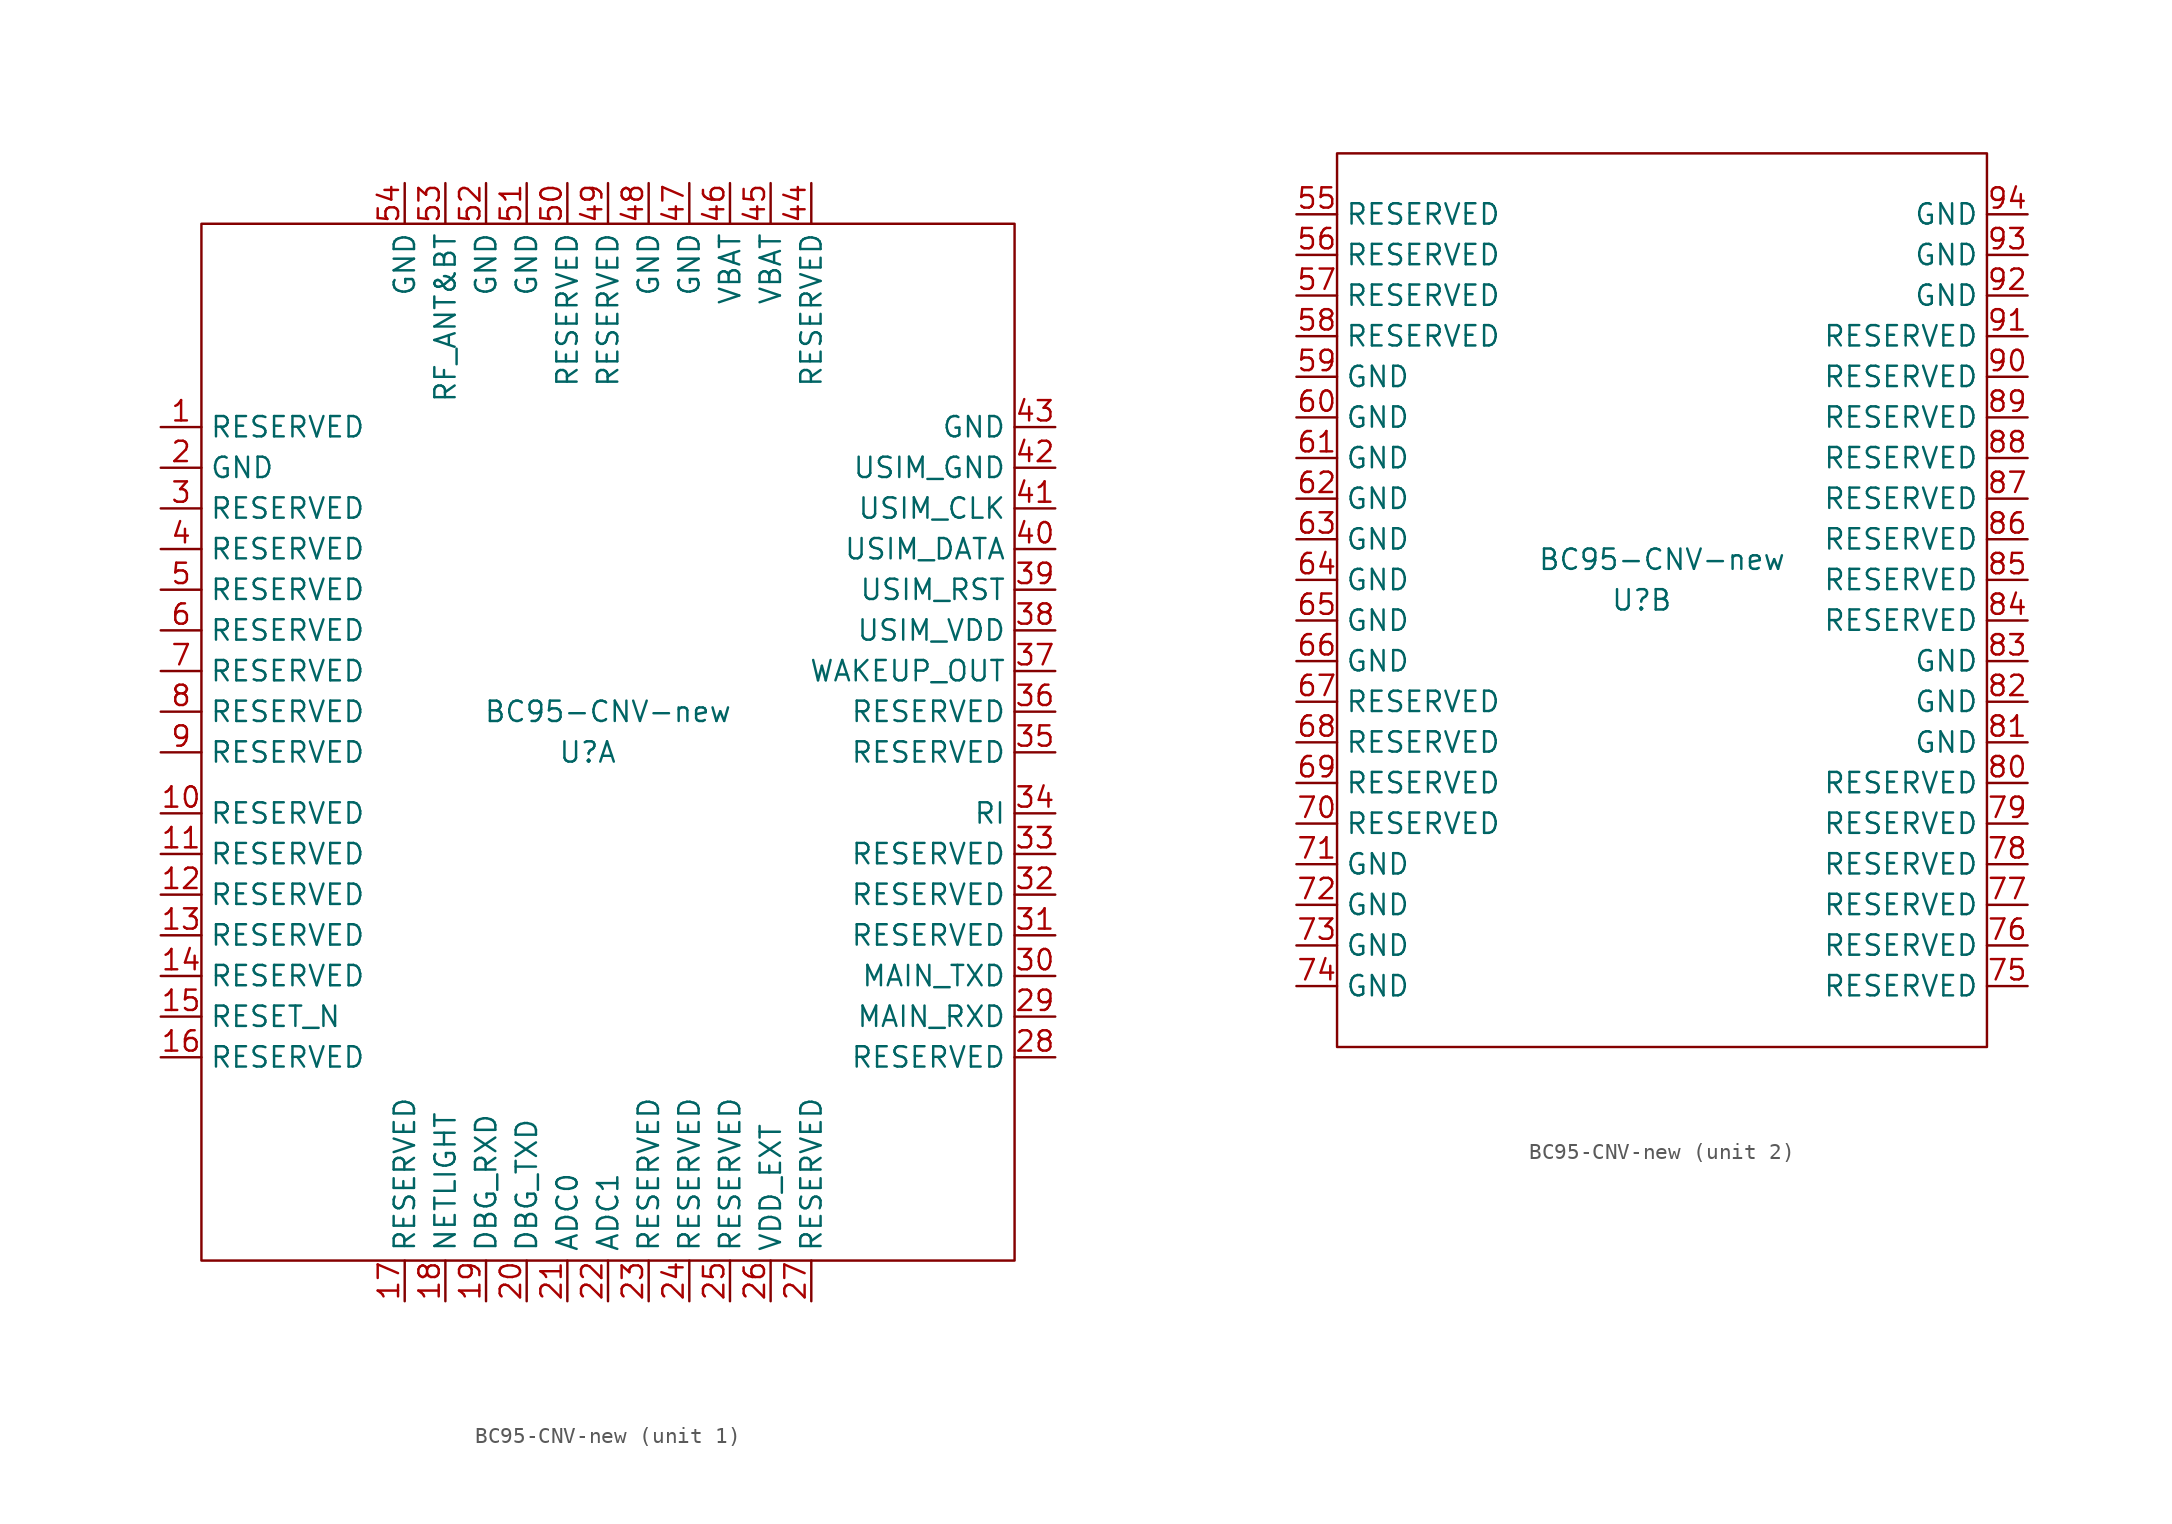
<source format=kicad_sym>
(kicad_symbol_lib
  (version 20211014)
  (generator kicad_symbol_editor)
  (symbol "BC95-CNV-new"
    (property "Reference" "U"
      (at -1.27 0 0)
      (effects (font (size 1.27 1.27))))
    (property "Value" "BC95-CNV-new"
      (at 0 2.54 0)
      (effects (font (size 1.27 1.27))))
    (property "ki_locked" ""
      (at 0 0 0)
      (effects (font (size 1.27 1.27))))
    (symbol "BC95-CNV-new_1_1"
      (rectangle (start -25.4 33.02) (end 25.4 -31.75) (stroke (width 0) (type default) (color 0 0 0 0)) (fill (type none)))
      (pin passive line (at -27.94 20.32 0) (length 2.54) (name "RESERVED" (effects (font (size 1.27 1.27)))) (number "1" (effects (font (size 1.27 1.27)))))
      (pin passive line (at -27.94 -3.81 0) (length 2.54) (name "RESERVED" (effects (font (size 1.27 1.27)))) (number "10" (effects (font (size 1.27 1.27)))))
      (pin passive line (at -27.94 -6.35 0) (length 2.54) (name "RESERVED" (effects (font (size 1.27 1.27)))) (number "11" (effects (font (size 1.27 1.27)))))
      (pin passive line (at -27.94 -8.89 0) (length 2.54) (name "RESERVED" (effects (font (size 1.27 1.27)))) (number "12" (effects (font (size 1.27 1.27)))))
      (pin passive line (at -27.94 -11.43 0) (length 2.54) (name "RESERVED" (effects (font (size 1.27 1.27)))) (number "13" (effects (font (size 1.27 1.27)))))
      (pin passive line (at -27.94 -13.97 0) (length 2.54) (name "RESERVED" (effects (font (size 1.27 1.27)))) (number "14" (effects (font (size 1.27 1.27)))))
      (pin input line (at -27.94 -16.51 0) (length 2.54) (name "RESET_N" (effects (font (size 1.27 1.27)))) (number "15" (effects (font (size 1.27 1.27)))))
      (pin passive line (at -27.94 -19.05 0) (length 2.54) (name "RESERVED" (effects (font (size 1.27 1.27)))) (number "16" (effects (font (size 1.27 1.27)))))
      (pin passive line (at -12.7 -34.29 90) (length 2.54) (name "RESERVED" (effects (font (size 1.27 1.27)))) (number "17" (effects (font (size 1.27 1.27)))))
      (pin output line (at -10.16 -34.29 90) (length 2.54) (name "NETLIGHT" (effects (font (size 1.27 1.27)))) (number "18" (effects (font (size 1.27 1.27)))))
      (pin input line (at -7.62 -34.29 90) (length 2.54) (name "DBG_RXD" (effects (font (size 1.27 1.27)))) (number "19" (effects (font (size 1.27 1.27)))))
      (pin power_in line (at -27.94 17.78 0) (length 2.54) (name "GND" (effects (font (size 1.27 1.27)))) (number "2" (effects (font (size 1.27 1.27)))))
      (pin output line (at -5.08 -34.29 90) (length 2.54) (name "DBG_TXD" (effects (font (size 1.27 1.27)))) (number "20" (effects (font (size 1.27 1.27)))))
      (pin input line (at -2.54 -34.29 90) (length 2.54) (name "ADC0" (effects (font (size 1.27 1.27)))) (number "21" (effects (font (size 1.27 1.27)))))
      (pin input line (at 0 -34.29 90) (length 2.54) (name "ADC1" (effects (font (size 1.27 1.27)))) (number "22" (effects (font (size 1.27 1.27)))))
      (pin passive line (at 2.54 -34.29 90) (length 2.54) (name "RESERVED" (effects (font (size 1.27 1.27)))) (number "23" (effects (font (size 1.27 1.27)))))
      (pin passive line (at 5.08 -34.29 90) (length 2.54) (name "RESERVED" (effects (font (size 1.27 1.27)))) (number "24" (effects (font (size 1.27 1.27)))))
      (pin passive line (at 7.62 -34.29 90) (length 2.54) (name "RESERVED" (effects (font (size 1.27 1.27)))) (number "25" (effects (font (size 1.27 1.27)))))
      (pin power_out line (at 10.16 -34.29 90) (length 2.54) (name "VDD_EXT" (effects (font (size 1.27 1.27)))) (number "26" (effects (font (size 1.27 1.27)))))
      (pin passive line (at 12.7 -34.29 90) (length 2.54) (name "RESERVED" (effects (font (size 1.27 1.27)))) (number "27" (effects (font (size 1.27 1.27)))))
      (pin passive line (at 27.94 -19.05 180) (length 2.54) (name "RESERVED" (effects (font (size 1.27 1.27)))) (number "28" (effects (font (size 1.27 1.27)))))
      (pin input line (at 27.94 -16.51 180) (length 2.54) (name "MAIN_RXD" (effects (font (size 1.27 1.27)))) (number "29" (effects (font (size 1.27 1.27)))))
      (pin passive line (at -27.94 15.24 0) (length 2.54) (name "RESERVED" (effects (font (size 1.27 1.27)))) (number "3" (effects (font (size 1.27 1.27)))))
      (pin output line (at 27.94 -13.97 180) (length 2.54) (name "MAIN_TXD" (effects (font (size 1.27 1.27)))) (number "30" (effects (font (size 1.27 1.27)))))
      (pin passive line (at 27.94 -11.43 180) (length 2.54) (name "RESERVED" (effects (font (size 1.27 1.27)))) (number "31" (effects (font (size 1.27 1.27)))))
      (pin passive line (at 27.94 -8.89 180) (length 2.54) (name "RESERVED" (effects (font (size 1.27 1.27)))) (number "32" (effects (font (size 1.27 1.27)))))
      (pin passive line (at 27.94 -6.35 180) (length 2.54) (name "RESERVED" (effects (font (size 1.27 1.27)))) (number "33" (effects (font (size 1.27 1.27)))))
      (pin output line (at 27.94 -3.81 180) (length 2.54) (name "RI" (effects (font (size 1.27 1.27)))) (number "34" (effects (font (size 1.27 1.27)))))
      (pin passive line (at 27.94 0 180) (length 2.54) (name "RESERVED" (effects (font (size 1.27 1.27)))) (number "35" (effects (font (size 1.27 1.27)))))
      (pin passive line (at 27.94 2.54 180) (length 2.54) (name "RESERVED" (effects (font (size 1.27 1.27)))) (number "36" (effects (font (size 1.27 1.27)))))
      (pin output line (at 27.94 5.08 180) (length 2.54) (name "WAKEUP_OUT" (effects (font (size 1.27 1.27)))) (number "37" (effects (font (size 1.27 1.27)))))
      (pin power_out line (at 27.94 7.62 180) (length 2.54) (name "USIM_VDD" (effects (font (size 1.27 1.27)))) (number "38" (effects (font (size 1.27 1.27)))))
      (pin output line (at 27.94 10.16 180) (length 2.54) (name "USIM_RST" (effects (font (size 1.27 1.27)))) (number "39" (effects (font (size 1.27 1.27)))))
      (pin passive line (at -27.94 12.7 0) (length 2.54) (name "RESERVED" (effects (font (size 1.27 1.27)))) (number "4" (effects (font (size 1.27 1.27)))))
      (pin bidirectional line (at 27.94 12.7 180) (length 2.54) (name "USIM_DATA" (effects (font (size 1.27 1.27)))) (number "40" (effects (font (size 1.27 1.27)))))
      (pin output line (at 27.94 15.24 180) (length 2.54) (name "USIM_CLK" (effects (font (size 1.27 1.27)))) (number "41" (effects (font (size 1.27 1.27)))))
      (pin output line (at 27.94 17.78 180) (length 2.54) (name "USIM_GND" (effects (font (size 1.27 1.27)))) (number "42" (effects (font (size 1.27 1.27)))))
      (pin power_in line (at 27.94 20.32 180) (length 2.54) (name "GND" (effects (font (size 1.27 1.27)))) (number "43" (effects (font (size 1.27 1.27)))))
      (pin passive line (at 12.7 35.56 270) (length 2.54) (name "RESERVED" (effects (font (size 1.27 1.27)))) (number "44" (effects (font (size 1.27 1.27)))))
      (pin power_in line (at 10.16 35.56 270) (length 2.54) (name "VBAT" (effects (font (size 1.27 1.27)))) (number "45" (effects (font (size 1.27 1.27)))))
      (pin power_in line (at 7.62 35.56 270) (length 2.54) (name "VBAT" (effects (font (size 1.27 1.27)))) (number "46" (effects (font (size 1.27 1.27)))))
      (pin power_in line (at 5.08 35.56 270) (length 2.54) (name "GND" (effects (font (size 1.27 1.27)))) (number "47" (effects (font (size 1.27 1.27)))))
      (pin power_in line (at 2.54 35.56 270) (length 2.54) (name "GND" (effects (font (size 1.27 1.27)))) (number "48" (effects (font (size 1.27 1.27)))))
      (pin passive line (at 0 35.56 270) (length 2.54) (name "RESERVED" (effects (font (size 1.27 1.27)))) (number "49" (effects (font (size 1.27 1.27)))))
      (pin passive line (at -27.94 10.16 0) (length 2.54) (name "RESERVED" (effects (font (size 1.27 1.27)))) (number "5" (effects (font (size 1.27 1.27)))))
      (pin passive line (at -2.54 35.56 270) (length 2.54) (name "RESERVED" (effects (font (size 1.27 1.27)))) (number "50" (effects (font (size 1.27 1.27)))))
      (pin power_in line (at -5.08 35.56 270) (length 2.54) (name "GND" (effects (font (size 1.27 1.27)))) (number "51" (effects (font (size 1.27 1.27)))))
      (pin power_in line (at -7.62 35.56 270) (length 2.54) (name "GND" (effects (font (size 1.27 1.27)))) (number "52" (effects (font (size 1.27 1.27)))))
      (pin bidirectional line (at -10.16 35.56 270) (length 2.54) (name "RF_ANT&BT" (effects (font (size 1.27 1.27)))) (number "53" (effects (font (size 1.27 1.27)))))
      (pin power_in line (at -12.7 35.56 270) (length 2.54) (name "GND" (effects (font (size 1.27 1.27)))) (number "54" (effects (font (size 1.27 1.27)))))
      (pin passive line (at -27.94 7.62 0) (length 2.54) (name "RESERVED" (effects (font (size 1.27 1.27)))) (number "6" (effects (font (size 1.27 1.27)))))
      (pin passive line (at -27.94 5.08 0) (length 2.54) (name "RESERVED" (effects (font (size 1.27 1.27)))) (number "7" (effects (font (size 1.27 1.27)))))
      (pin passive line (at -27.94 2.54 0) (length 2.54) (name "RESERVED" (effects (font (size 1.27 1.27)))) (number "8" (effects (font (size 1.27 1.27)))))
      (pin passive line (at -27.94 0 0) (length 2.54) (name "RESERVED" (effects (font (size 1.27 1.27)))) (number "9" (effects (font (size 1.27 1.27))))))
    (symbol "BC95-CNV-new_2_1"
      (rectangle (start -20.32 27.94) (end 20.32 -27.94) (stroke (width 0) (type default) (color 0 0 0 0)) (fill (type none)))
      (pin passive line (at -22.86 24.13 0) (length 2.54) (name "RESERVED" (effects (font (size 1.27 1.27)))) (number "55" (effects (font (size 1.27 1.27)))))
      (pin passive line (at -22.86 21.59 0) (length 2.54) (name "RESERVED" (effects (font (size 1.27 1.27)))) (number "56" (effects (font (size 1.27 1.27)))))
      (pin passive line (at -22.86 19.05 0) (length 2.54) (name "RESERVED" (effects (font (size 1.27 1.27)))) (number "57" (effects (font (size 1.27 1.27)))))
      (pin passive line (at -22.86 16.51 0) (length 2.54) (name "RESERVED" (effects (font (size 1.27 1.27)))) (number "58" (effects (font (size 1.27 1.27)))))
      (pin power_in line (at -22.86 13.97 0) (length 2.54) (name "GND" (effects (font (size 1.27 1.27)))) (number "59" (effects (font (size 1.27 1.27)))))
      (pin power_in line (at -22.86 11.43 0) (length 2.54) (name "GND" (effects (font (size 1.27 1.27)))) (number "60" (effects (font (size 1.27 1.27)))))
      (pin power_in line (at -22.86 8.89 0) (length 2.54) (name "GND" (effects (font (size 1.27 1.27)))) (number "61" (effects (font (size 1.27 1.27)))))
      (pin power_in line (at -22.86 6.35 0) (length 2.54) (name "GND" (effects (font (size 1.27 1.27)))) (number "62" (effects (font (size 1.27 1.27)))))
      (pin power_in line (at -22.86 3.81 0) (length 2.54) (name "GND" (effects (font (size 1.27 1.27)))) (number "63" (effects (font (size 1.27 1.27)))))
      (pin power_in line (at -22.86 1.27 0) (length 2.54) (name "GND" (effects (font (size 1.27 1.27)))) (number "64" (effects (font (size 1.27 1.27)))))
      (pin power_in line (at -22.86 -1.27 0) (length 2.54) (name "GND" (effects (font (size 1.27 1.27)))) (number "65" (effects (font (size 1.27 1.27)))))
      (pin power_in line (at -22.86 -3.81 0) (length 2.54) (name "GND" (effects (font (size 1.27 1.27)))) (number "66" (effects (font (size 1.27 1.27)))))
      (pin passive line (at -22.86 -6.35 0) (length 2.54) (name "RESERVED" (effects (font (size 1.27 1.27)))) (number "67" (effects (font (size 1.27 1.27)))))
      (pin passive line (at -22.86 -8.89 0) (length 2.54) (name "RESERVED" (effects (font (size 1.27 1.27)))) (number "68" (effects (font (size 1.27 1.27)))))
      (pin passive line (at -22.86 -11.43 0) (length 2.54) (name "RESERVED" (effects (font (size 1.27 1.27)))) (number "69" (effects (font (size 1.27 1.27)))))
      (pin passive line (at -22.86 -13.97 0) (length 2.54) (name "RESERVED" (effects (font (size 1.27 1.27)))) (number "70" (effects (font (size 1.27 1.27)))))
      (pin power_in line (at -22.86 -16.51 0) (length 2.54) (name "GND" (effects (font (size 1.27 1.27)))) (number "71" (effects (font (size 1.27 1.27)))))
      (pin power_in line (at -22.86 -19.05 0) (length 2.54) (name "GND" (effects (font (size 1.27 1.27)))) (number "72" (effects (font (size 1.27 1.27)))))
      (pin power_in line (at -22.86 -21.59 0) (length 2.54) (name "GND" (effects (font (size 1.27 1.27)))) (number "73" (effects (font (size 1.27 1.27)))))
      (pin power_in line (at -22.86 -24.13 0) (length 2.54) (name "GND" (effects (font (size 1.27 1.27)))) (number "74" (effects (font (size 1.27 1.27)))))
      (pin passive line (at 22.86 -24.13 180) (length 2.54) (name "RESERVED" (effects (font (size 1.27 1.27)))) (number "75" (effects (font (size 1.27 1.27)))))
      (pin passive line (at 22.86 -21.59 180) (length 2.54) (name "RESERVED" (effects (font (size 1.27 1.27)))) (number "76" (effects (font (size 1.27 1.27)))))
      (pin passive line (at 22.86 -19.05 180) (length 2.54) (name "RESERVED" (effects (font (size 1.27 1.27)))) (number "77" (effects (font (size 1.27 1.27)))))
      (pin passive line (at 22.86 -16.51 180) (length 2.54) (name "RESERVED" (effects (font (size 1.27 1.27)))) (number "78" (effects (font (size 1.27 1.27)))))
      (pin passive line (at 22.86 -13.97 180) (length 2.54) (name "RESERVED" (effects (font (size 1.27 1.27)))) (number "79" (effects (font (size 1.27 1.27)))))
      (pin passive line (at 22.86 -11.43 180) (length 2.54) (name "RESERVED" (effects (font (size 1.27 1.27)))) (number "80" (effects (font (size 1.27 1.27)))))
      (pin power_in line (at 22.86 -8.89 180) (length 2.54) (name "GND" (effects (font (size 1.27 1.27)))) (number "81" (effects (font (size 1.27 1.27)))))
      (pin power_in line (at 22.86 -6.35 180) (length 2.54) (name "GND" (effects (font (size 1.27 1.27)))) (number "82" (effects (font (size 1.27 1.27)))))
      (pin power_in line (at 22.86 -3.81 180) (length 2.54) (name "GND" (effects (font (size 1.27 1.27)))) (number "83" (effects (font (size 1.27 1.27)))))
      (pin passive line (at 22.86 -1.27 180) (length 2.54) (name "RESERVED" (effects (font (size 1.27 1.27)))) (number "84" (effects (font (size 1.27 1.27)))))
      (pin passive line (at 22.86 1.27 180) (length 2.54) (name "RESERVED" (effects (font (size 1.27 1.27)))) (number "85" (effects (font (size 1.27 1.27)))))
      (pin passive line (at 22.86 3.81 180) (length 2.54) (name "RESERVED" (effects (font (size 1.27 1.27)))) (number "86" (effects (font (size 1.27 1.27)))))
      (pin passive line (at 22.86 6.35 180) (length 2.54) (name "RESERVED" (effects (font (size 1.27 1.27)))) (number "87" (effects (font (size 1.27 1.27)))))
      (pin passive line (at 22.86 8.89 180) (length 2.54) (name "RESERVED" (effects (font (size 1.27 1.27)))) (number "88" (effects (font (size 1.27 1.27)))))
      (pin passive line (at 22.86 11.43 180) (length 2.54) (name "RESERVED" (effects (font (size 1.27 1.27)))) (number "89" (effects (font (size 1.27 1.27)))))
      (pin passive line (at 22.86 13.97 180) (length 2.54) (name "RESERVED" (effects (font (size 1.27 1.27)))) (number "90" (effects (font (size 1.27 1.27)))))
      (pin passive line (at 22.86 16.51 180) (length 2.54) (name "RESERVED" (effects (font (size 1.27 1.27)))) (number "91" (effects (font (size 1.27 1.27)))))
      (pin power_in line (at 22.86 19.05 180) (length 2.54) (name "GND" (effects (font (size 1.27 1.27)))) (number "92" (effects (font (size 1.27 1.27)))))
      (pin power_in line (at 22.86 21.59 180) (length 2.54) (name "GND" (effects (font (size 1.27 1.27)))) (number "93" (effects (font (size 1.27 1.27)))))
      (pin power_in line (at 22.86 24.13 180) (length 2.54) (name "GND" (effects (font (size 1.27 1.27)))) (number "94" (effects (font (size 1.27 1.27))))))))
</source>
